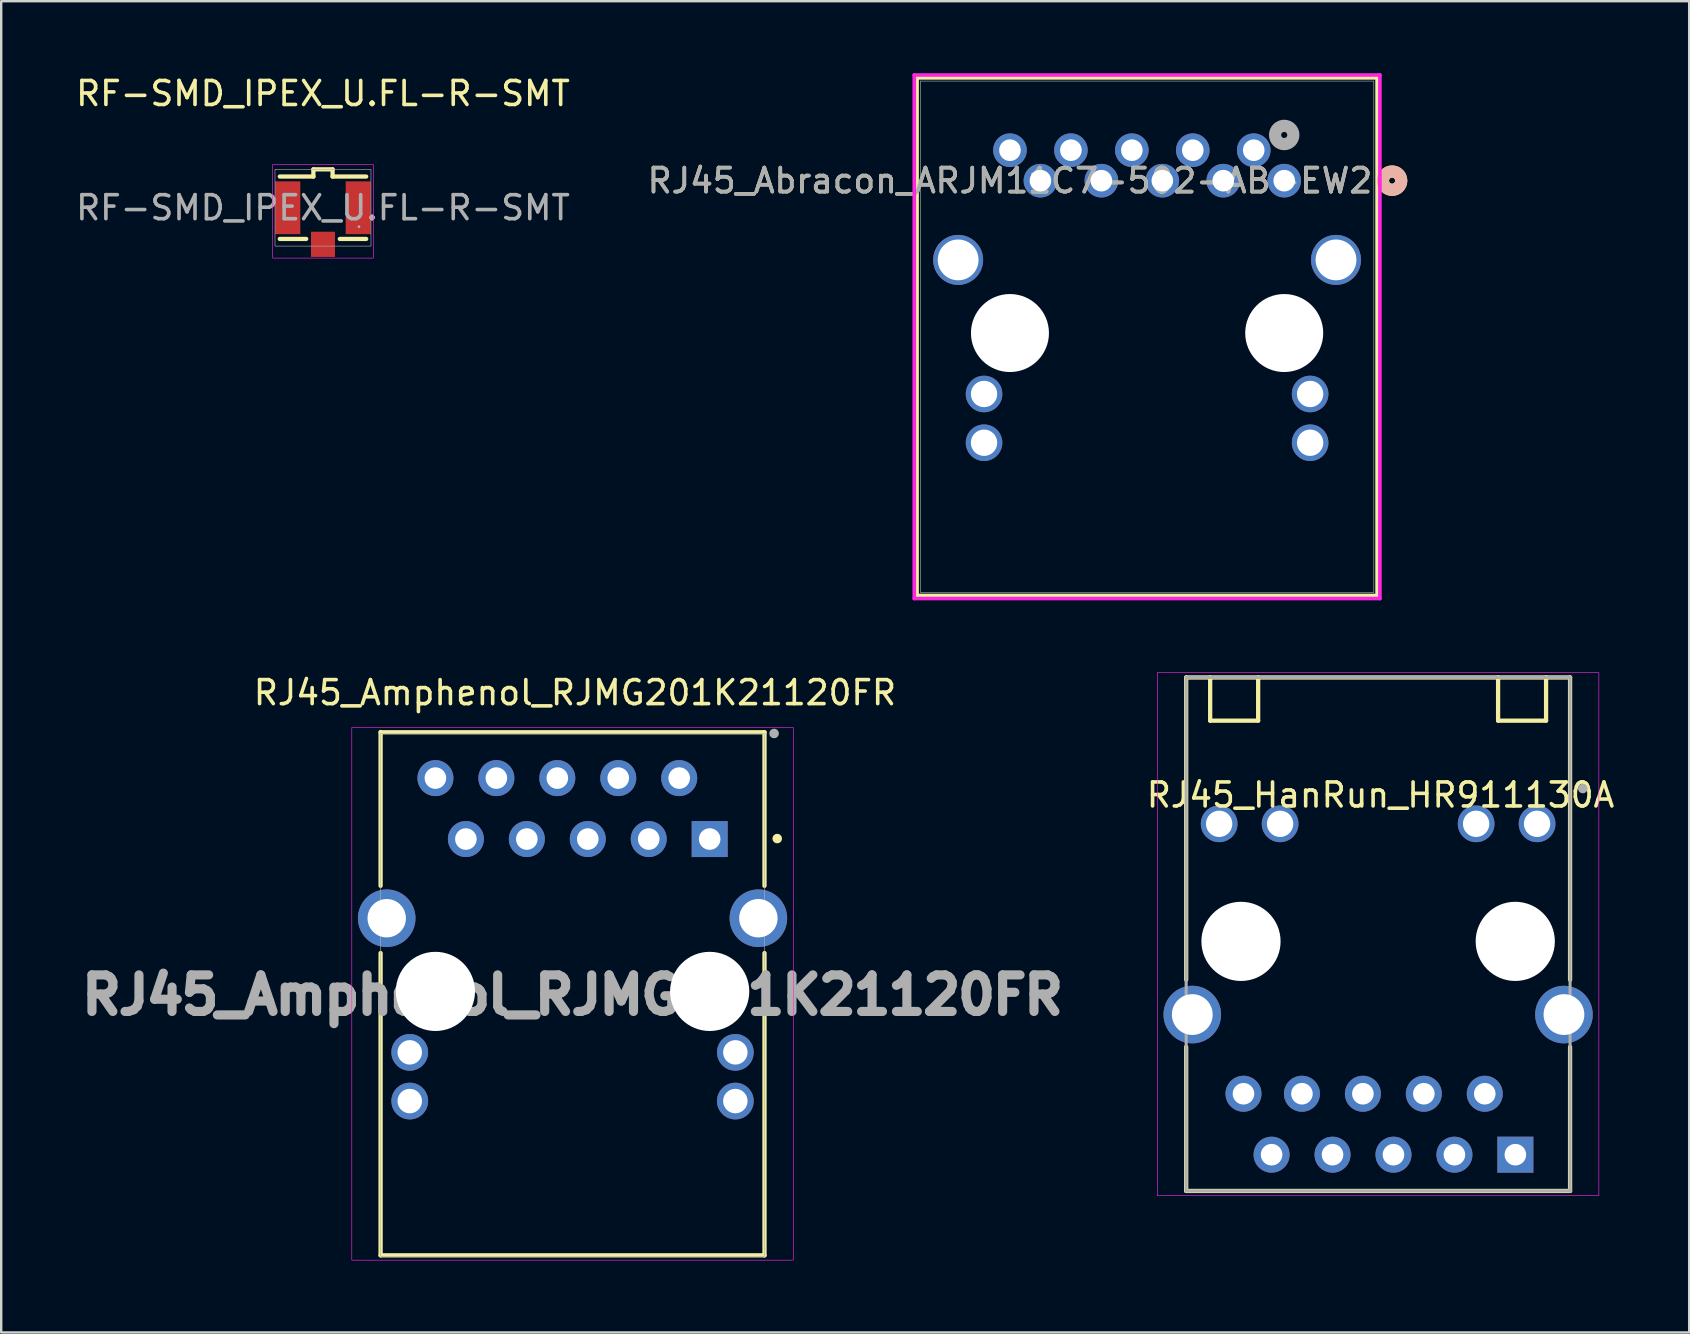
<source format=kicad_pcb>
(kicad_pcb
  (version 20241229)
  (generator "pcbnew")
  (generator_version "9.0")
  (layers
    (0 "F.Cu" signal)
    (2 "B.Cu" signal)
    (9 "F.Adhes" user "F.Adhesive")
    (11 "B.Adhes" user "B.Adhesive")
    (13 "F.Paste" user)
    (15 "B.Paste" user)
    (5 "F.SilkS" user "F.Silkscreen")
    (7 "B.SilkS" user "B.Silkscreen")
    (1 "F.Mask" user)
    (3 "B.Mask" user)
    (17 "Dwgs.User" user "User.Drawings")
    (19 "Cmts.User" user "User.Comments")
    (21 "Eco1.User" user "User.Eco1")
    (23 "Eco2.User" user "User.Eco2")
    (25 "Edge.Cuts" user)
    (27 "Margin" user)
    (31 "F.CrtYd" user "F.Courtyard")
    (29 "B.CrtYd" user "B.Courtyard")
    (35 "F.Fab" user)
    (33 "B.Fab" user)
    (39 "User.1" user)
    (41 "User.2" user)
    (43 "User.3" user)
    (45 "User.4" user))
  (footprint "RF-SMD_IPEX_U.FL-R-SMT"
    (layer "F.Cu")
    (at 10.411 5.608)
    (property "Reference" "RF-SMD_IPEX_U.FL-R-SMT" (at 0 -4.76 0) (layer "F.SilkS") (effects (font (size 1 1) (thickness 0.15))))
    (attr smd)
    (fp_line (start -0.7 1.3) (end -1.8 1.3) (stroke (width 0.178) (type solid)) (layer "F.SilkS"))
    (fp_line (start -0.4 -1.3) (end -1.8 -1.3) (stroke (width 0.178) (type solid)) (layer "F.SilkS"))
    (fp_line (start -0.4 -1.3) (end -0.4 -1.6) (stroke (width 0.178) (type solid)) (layer "F.SilkS"))
    (fp_line (start 0.4 -1.6) (end -0.4 -1.6) (stroke (width 0.178) (type solid)) (layer "F.SilkS"))
    (fp_line (start 0.4 -1.3) (end 0.4 -1.6) (stroke (width 0.178) (type solid)) (layer "F.SilkS"))
    (fp_line (start 1.8 -1.3) (end 0.4 -1.3) (stroke (width 0.178) (type solid)) (layer "F.SilkS"))
    (fp_line (start 1.8 1.3) (end 0.7 1.3) (stroke (width 0.178) (type solid)) (layer "F.SilkS"))
    (fp_rect (start -2.1 -1.8) (end 2.1 2.1) (stroke (width 0.025) (type solid)) (fill no) (layer "F.CrtYd"))
    (fp_rect (start -2 -1.6) (end 2 1.6) (stroke (width 0.025) (type solid)) (fill no) (layer "F.Fab"))
    (fp_circle (center 1.5 0.79) (end 1.53 0.79) (stroke (width 0.06) (type solid)) (fill no) (layer "F.Fab"))
    (fp_text user "${REFERENCE}" (at 0 0 0) (layer "F.Fab") (effects (font (size 1 1) (thickness 0.15))))
    (pad "1" smd rect (at 0 1.525) (size 1 1.05) (layers "F.Cu" "F.Mask" "F.Paste"))
    (pad "2" smd rect (at -1.47 0) (size 1.05 2.2) (layers "F.Cu" "F.Mask" "F.Paste"))
    (pad "2" smd rect (at 1.47 0) (size 1.05 2.2) (layers "F.Cu" "F.Mask" "F.Paste")))
  (footprint "RJ45_Amphenol_RJMG201K21120FR"
    (layer "F.Cu")
    (at 20.812 31.919)
    (property "Reference" "RJ45_Amphenol_RJMG201K21120FR" (at 0.1 -6.1 0) (layer "F.SilkS") (effects (font (size 1 1) (thickness 0.15))))
    (attr through_hole)
    (fp_line (start -8 -4.45) (end 8 -4.45) (stroke (width 0.178) (type solid)) (layer "F.SilkS"))
    (fp_line (start -8 1.95) (end -8 -4.46) (stroke (width 0.178) (type solid)) (layer "F.SilkS"))
    (fp_line (start -8 17.35) (end -8 4.75) (stroke (width 0.178) (type solid)) (layer "F.SilkS"))
    (fp_line (start 8 -4.45) (end 8 1.95) (stroke (width 0.178) (type solid)) (layer "F.SilkS"))
    (fp_line (start 8 17.35) (end -8 17.35) (stroke (width 0.178) (type solid)) (layer "F.SilkS"))
    (fp_line (start 8 17.35) (end 8 4.75) (stroke (width 0.178) (type solid)) (layer "F.SilkS"))
    (fp_circle (center 8.53 -0.02) (end 8.63 -0.02) (stroke (width 0.2) (type solid)) (fill no) (layer "F.SilkS"))
    (fp_rect (start -9.2 -4.65) (end 9.2 17.55) (stroke (width 0.025) (type default)) (fill no) (layer "F.CrtYd"))
    (fp_rect (start -8 -4.4) (end 8 17.4) (stroke (width 0.025) (type solid)) (fill no) (layer "F.Fab"))
    (fp_circle (center 8.4 -4.4) (end 8.5 -4.4) (stroke (width 0.2) (type solid)) (fill no) (layer "F.Fab"))
    (fp_text user "${REFERENCE}" (at 0 6.5 0) (unlocked yes) (layer "F.Fab") (effects (font (size 1.524 1.524) (thickness 0.381) (bold yes))))
    (pad "" np_thru_hole circle (at -5.715 6.35) (size 3.3 3.3) (drill 3.3) (layers "*.Cu" "*.Mask"))
    (pad "" np_thru_hole circle (at 5.715 6.35) (size 3.3 3.3) (drill 3.3) (layers "*.Cu" "*.Mask"))
    (pad "L1" thru_hole circle (at -6.785 10.92) (size 1.53 1.53) (drill 1.02) (layers "*.Cu" "*.Mask"))
    (pad "L2" thru_hole circle (at -6.785 8.89) (size 1.53 1.53) (drill 1.02) (layers "*.Cu" "*.Mask"))
    (pad "L3" thru_hole circle (at 6.785 10.92) (size 1.53 1.53) (drill 1.02) (layers "*.Cu" "*.Mask"))
    (pad "L4" thru_hole circle (at 6.785 8.89) (size 1.53 1.53) (drill 1.02) (layers "*.Cu" "*.Mask"))
    (pad "P1" thru_hole rect (at 5.715 0) (size 1.5 1.5) (drill 0.9) (layers "*.Cu" "*.Mask"))
    (pad "P2" thru_hole circle (at 4.445 -2.54) (size 1.5 1.5) (drill 0.9) (layers "*.Cu" "*.Mask"))
    (pad "P3" thru_hole circle (at 3.175 0) (size 1.5 1.5) (drill 0.9) (layers "*.Cu" "*.Mask"))
    (pad "P4" thru_hole circle (at 1.905 -2.54) (size 1.5 1.5) (drill 0.9) (layers "*.Cu" "*.Mask"))
    (pad "P5" thru_hole circle (at 0.635 0) (size 1.5 1.5) (drill 0.9) (layers "*.Cu" "*.Mask"))
    (pad "P6" thru_hole circle (at -0.635 -2.54) (size 1.5 1.5) (drill 0.9) (layers "*.Cu" "*.Mask"))
    (pad "P7" thru_hole circle (at -1.905 0) (size 1.5 1.5) (drill 0.9) (layers "*.Cu" "*.Mask"))
    (pad "P8" thru_hole circle (at -3.175 -2.54) (size 1.5 1.5) (drill 0.9) (layers "*.Cu" "*.Mask"))
    (pad "P9" thru_hole circle (at -4.445 0) (size 1.5 1.5) (drill 0.9) (layers "*.Cu" "*.Mask"))
    (pad "P10" thru_hole circle (at -5.715 -2.54) (size 1.5 1.5) (drill 0.9) (layers "*.Cu" "*.Mask"))
    (pad "SH" thru_hole circle (at -7.745 3.3) (size 2.4 2.4) (drill 1.6) (layers "*.Cu" "*.Mask"))
    (pad "SH" thru_hole circle (at 7.745 3.3) (size 2.4 2.4) (drill 1.6) (layers "*.Cu" "*.Mask")))
  (footprint "RJ45_Abracon_ARJM11C7-502-AB-EW2"
    (layer "F.Cu")
    (at 44.757 4.48)
    (property "Reference" "RJ45_Abracon_ARJM11C7-502-AB-EW2" (at -5.715 0 0) (unlocked yes) (layer "F.SilkS") (effects (font (size 1 1) (thickness 0.15))))
    (attr through_hole)
    (fp_rect (start -9.6 -4.3) (end 9.6 17.3) (stroke (width 0.178) (type default)) (fill no) (layer "F.SilkS"))
    (fp_circle (center 10.211 0) (end 10.592 0) (stroke (width 0.508) (type solid)) (fill no) (layer "F.SilkS"))
    (fp_circle (center 10.211 0) (end 10.592 0) (stroke (width 0.508) (type solid)) (fill no) (layer "B.SilkS"))
    (fp_line (start -9.703 -4.404) (end -9.703 17.415) (stroke (width 0.152) (type solid)) (layer "F.CrtYd"))
    (fp_line (start -9.703 17.415) (end 9.703 17.415) (stroke (width 0.152) (type solid)) (layer "F.CrtYd"))
    (fp_line (start 9.703 -4.404) (end -9.703 -4.404) (stroke (width 0.152) (type solid)) (layer "F.CrtYd"))
    (fp_line (start 9.703 17.415) (end 9.703 -4.404) (stroke (width 0.152) (type solid)) (layer "F.CrtYd"))
    (fp_line (start -9.449 -4.15) (end -9.449 17.161) (stroke (width 0.025) (type solid)) (layer "F.Fab"))
    (fp_line (start -9.449 17.161) (end 9.449 17.161) (stroke (width 0.025) (type solid)) (layer "F.Fab"))
    (fp_line (start 9.449 -4.15) (end -9.449 -4.15) (stroke (width 0.025) (type solid)) (layer "F.Fab"))
    (fp_line (start 9.449 17.161) (end 9.449 -4.15) (stroke (width 0.025) (type solid)) (layer "F.Fab"))
    (fp_circle (center 5.715 -1.905) (end 6.096 -1.905) (stroke (width 0.508) (type solid)) (fill no) (layer "F.Fab"))
    (fp_text user "${REFERENCE}" (at -5.715 0 0) (unlocked yes) (layer "F.Fab") (effects (font (size 1 1) (thickness 0.15))))
    (pad "" np_thru_hole circle (at -5.715 6.35 90) (size 3.251 3.251) (drill 3.3) (layers "*.Cu" "*.Mask"))
    (pad "" np_thru_hole circle (at 5.715 6.35 90) (size 3.251 3.251) (drill 3.3) (layers "*.Cu" "*.Mask"))
    (pad "P1" thru_hole circle (at 5.715 0) (size 1.4 1.4) (drill 0.9) (layers "*.Cu" "*.Mask"))
    (pad "P2" thru_hole circle (at 4.445 -1.27) (size 1.4 1.4) (drill 0.9) (layers "*.Cu" "*.Mask"))
    (pad "P3" thru_hole circle (at 3.175 0) (size 1.4 1.4) (drill 0.9) (layers "*.Cu" "*.Mask"))
    (pad "P4" thru_hole circle (at 1.905 -1.27) (size 1.4 1.4) (drill 0.9) (layers "*.Cu" "*.Mask"))
    (pad "P5" thru_hole circle (at 0.635 0) (size 1.4 1.4) (drill 0.9) (layers "*.Cu" "*.Mask"))
    (pad "P6" thru_hole circle (at -0.635 -1.27) (size 1.4 1.4) (drill 0.9) (layers "*.Cu" "*.Mask"))
    (pad "P7" thru_hole circle (at -1.905 0) (size 1.4 1.4) (drill 0.9) (layers "*.Cu" "*.Mask"))
    (pad "P8" thru_hole circle (at -3.175 -1.27) (size 1.4 1.4) (drill 0.9) (layers "*.Cu" "*.Mask"))
    (pad "P9" thru_hole circle (at -4.445 0) (size 1.4 1.4) (drill 0.9) (layers "*.Cu" "*.Mask"))
    (pad "P10" thru_hole circle (at -5.715 -1.27) (size 1.4 1.4) (drill 0.9) (layers "*.Cu" "*.Mask"))
    (pad "P11" thru_hole circle (at 6.795 8.89 90) (size 1.524 1.524) (drill 1.1) (layers "*.Cu" "*.Mask"))
    (pad "P12" thru_hole circle (at 6.795 10.922) (size 1.524 1.524) (drill 1.1) (layers "*.Cu" "*.Mask"))
    (pad "P13" thru_hole circle (at -6.795 8.89 90) (size 1.524 1.524) (drill 1.1) (layers "*.Cu" "*.Mask"))
    (pad "P14" thru_hole circle (at -6.795 10.922) (size 1.524 1.524) (drill 1.1) (layers "*.Cu" "*.Mask"))
    (pad "SH" thru_hole circle (at -7.874 3.302 90) (size 2.083 2.083) (drill 1.7) (layers "*.Cu" "*.Mask"))
    (pad "SH" thru_hole circle (at 7.874 3.302 90) (size 2.083 2.083) (drill 1.7) (layers "*.Cu" "*.Mask")))
  (footprint "RJ45_HanRun_HR911130A"
    (layer "F.Cu")
    (at 54.386 36.184)
    (property "Reference" "RJ45_HanRun_HR911130A" (at 0.1 -6.1 0) (layer "F.SilkS") (effects (font (size 1 1) (thickness 0.15))))
    (attr through_hole)
    (fp_line (start -8 -11) (end 8 -11) (stroke (width 0.178) (type solid)) (layer "F.SilkS"))
    (fp_line (start -8 1.6) (end -8 -11) (stroke (width 0.178) (type solid)) (layer "F.SilkS"))
    (fp_line (start -8 10.4) (end -8 4.4) (stroke (width 0.178) (type solid)) (layer "F.SilkS"))
    (fp_line (start -7 -9.2) (end -7 -11) (stroke (width 0.178) (type solid)) (layer "F.SilkS"))
    (fp_line (start -7 -9.2) (end -5 -9.2) (stroke (width 0.178) (type solid)) (layer "F.SilkS"))
    (fp_line (start -5 -9.2) (end -5 -11) (stroke (width 0.178) (type solid)) (layer "F.SilkS"))
    (fp_line (start 5 -9.2) (end 5 -11) (stroke (width 0.178) (type solid)) (layer "F.SilkS"))
    (fp_line (start 5 -9.2) (end 7 -9.2) (stroke (width 0.178) (type solid)) (layer "F.SilkS"))
    (fp_line (start 7 -9.2) (end 7 -11) (stroke (width 0.178) (type solid)) (layer "F.SilkS"))
    (fp_line (start 8 -11) (end 8 1.6) (stroke (width 0.178) (type solid)) (layer "F.SilkS"))
    (fp_line (start 8 10.4) (end -8 10.4) (stroke (width 0.178) (type solid)) (layer "F.SilkS"))
    (fp_line (start 8 10.4) (end 8 4.4) (stroke (width 0.178) (type solid)) (layer "F.SilkS"))
    (fp_rect (start -9.2 -11.2) (end 9.2 10.6) (stroke (width 0.025) (type default)) (fill no) (layer "F.CrtYd"))
    (fp_line (start -8 -11) (end 8 -11) (stroke (width 0.127) (type solid)) (layer "F.Fab"))
    (fp_line (start -8 10.4) (end -8 -11) (stroke (width 0.127) (type solid)) (layer "F.Fab"))
    (fp_line (start 8 -11) (end 8 10.4) (stroke (width 0.127) (type solid)) (layer "F.Fab"))
    (fp_line (start 8 10.4) (end -8 10.4) (stroke (width 0.127) (type solid)) (layer "F.Fab"))
    (fp_circle (center 8.53 -6.37) (end 8.63 -6.37) (stroke (width 0.2) (type solid)) (fill no) (layer "F.Fab"))
    (pad "" np_thru_hole circle (at -5.715 0) (size 3.3 3.3) (drill 3.3) (layers "*.Cu" "*.Mask"))
    (pad "" np_thru_hole circle (at 5.715 0) (size 3.3 3.3) (drill 3.3) (layers "*.Cu" "*.Mask"))
    (pad "P1" thru_hole rect (at 5.72 8.89) (size 1.5 1.5) (drill 0.9) (layers "*.Cu" "*.Mask"))
    (pad "P2" thru_hole circle (at 4.445 6.35) (size 1.5 1.5) (drill 0.9) (layers "*.Cu" "*.Mask"))
    (pad "P3" thru_hole circle (at 3.18 8.89) (size 1.5 1.5) (drill 0.9) (layers "*.Cu" "*.Mask"))
    (pad "P4" thru_hole circle (at 1.905 6.35) (size 1.5 1.5) (drill 0.9) (layers "*.Cu" "*.Mask"))
    (pad "P5" thru_hole circle (at 0.64 8.89) (size 1.5 1.5) (drill 0.9) (layers "*.Cu" "*.Mask"))
    (pad "P6" thru_hole circle (at -0.635 6.35) (size 1.5 1.5) (drill 0.9) (layers "*.Cu" "*.Mask"))
    (pad "P7" thru_hole circle (at -1.9 8.89) (size 1.5 1.5) (drill 0.9) (layers "*.Cu" "*.Mask"))
    (pad "P8" thru_hole circle (at -3.175 6.35) (size 1.5 1.5) (drill 0.9) (layers "*.Cu" "*.Mask"))
    (pad "P9" thru_hole circle (at -4.44 8.89) (size 1.5 1.5) (drill 0.9) (layers "*.Cu" "*.Mask"))
    (pad "P10" thru_hole circle (at -5.611 6.35) (size 1.5 1.5) (drill 0.9) (layers "*.Cu" "*.Mask"))
    (pad "P11" thru_hole circle (at 6.625 -4.9) (size 1.53 1.53) (drill 1.1) (layers "*.Cu" "*.Mask"))
    (pad "P12" thru_hole circle (at 4.085 -4.9) (size 1.53 1.53) (drill 1.1) (layers "*.Cu" "*.Mask"))
    (pad "P13" thru_hole circle (at -4.085 -4.9) (size 1.53 1.53) (drill 1.1) (layers "*.Cu" "*.Mask"))
    (pad "P14" thru_hole circle (at -6.625 -4.9) (size 1.53 1.53) (drill 1.1) (layers "*.Cu" "*.Mask"))
    (pad "SH" thru_hole circle (at -7.745 3.05) (size 2.4 2.4) (drill 1.7) (layers "*.Cu" "*.Mask"))
    (pad "SH" thru_hole circle (at 7.745 3.05) (size 2.4 2.4) (drill 1.7) (layers "*.Cu" "*.Mask")))
  (gr_rect
    (start -3 -3)
    (end 67.35 52.482)
    (stroke (width 0.1) (type default))
    (fill no)
    (layer "Edge.Cuts")))
</source>
